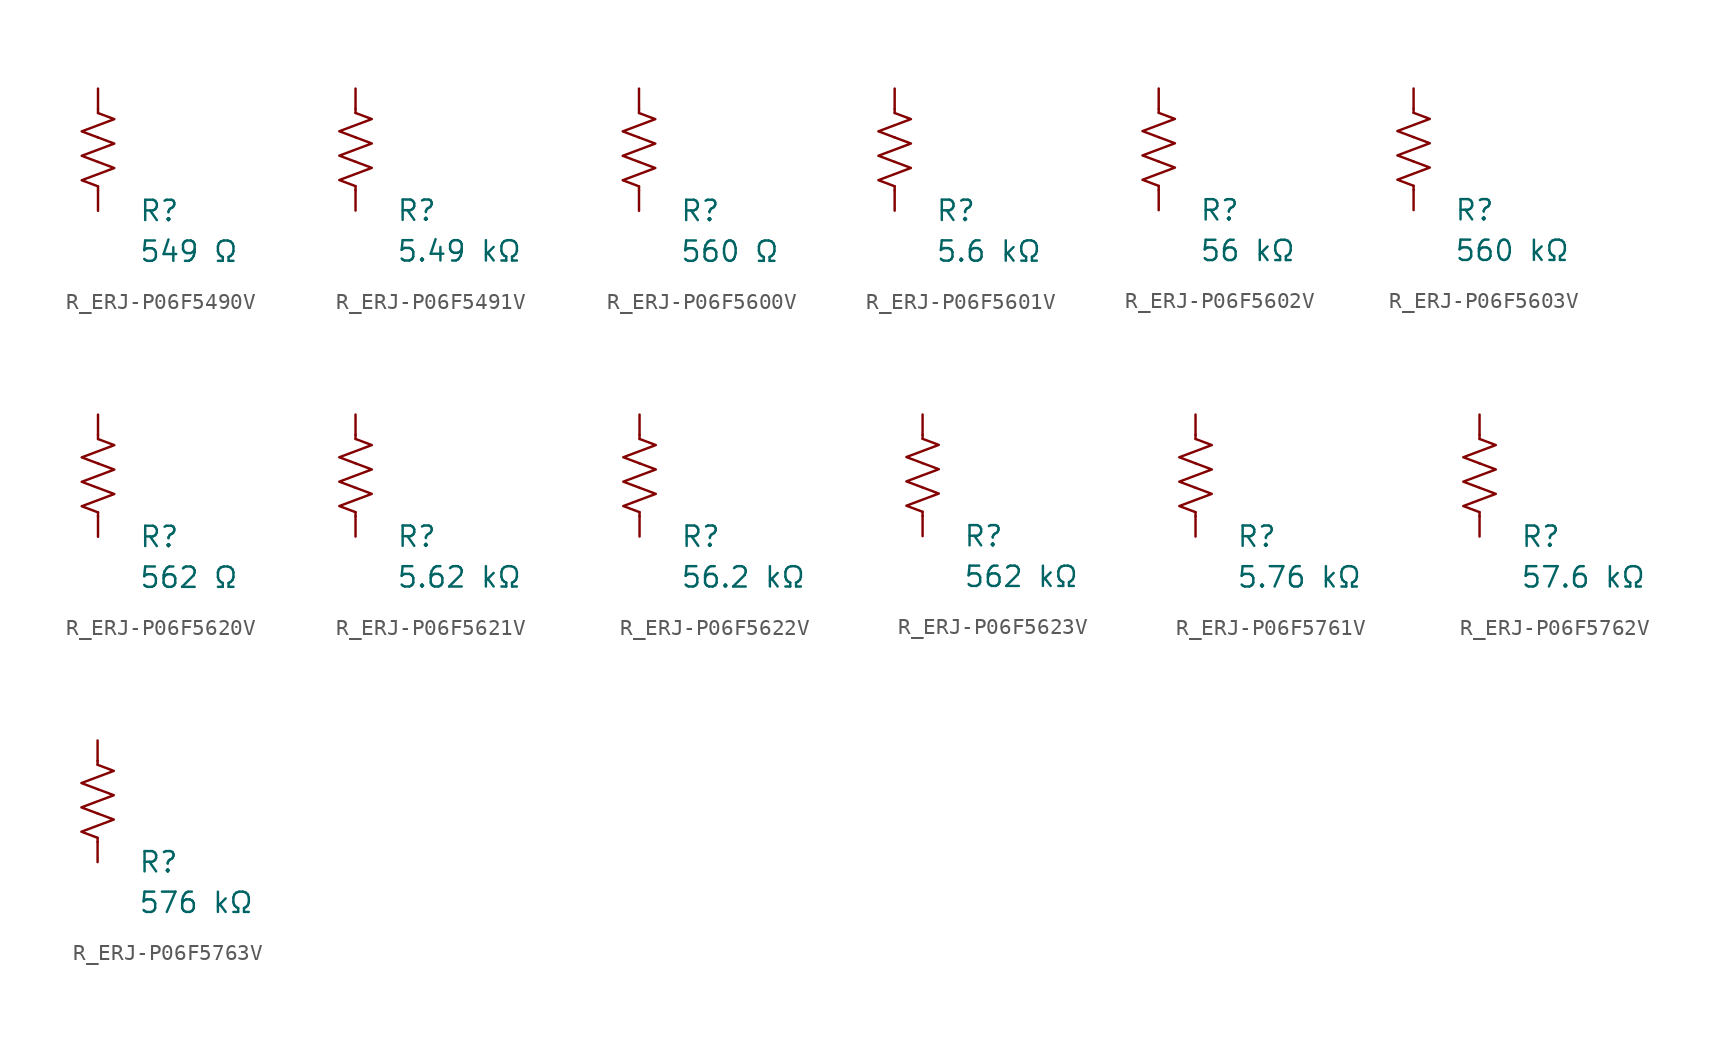
<source format=kicad_sym>
(kicad_symbol_lib
  (version 20231120)
  (generator "kicad_symbol_editor")
  (generator_version "8.0")
  (symbol "R_ERJ-P06F5490V"
    (pin_numbers hide)
    (pin_names
      (offset 0))
    (property "Reference" "R"
      (at 2.54 -3.81 0)
      (effects (font (size 1.27 1.27)) (justify left))
      (show_name no))
    (property "Value" "549 Ω"
      (at 2.54 -6.35 0)
      (effects (font (size 1.27 1.27)) (justify left))
      (show_name no))
    (symbol "R_ERJ-P06F5490V_0_1"
      (polyline (pts (xy 0 -2.286) (xy 0 -2.54)) (stroke (width 0) (type default)) (fill (type none)))
      (polyline (pts (xy 0 2.286) (xy 0 2.54)) (stroke (width 0) (type default)) (fill (type none)))
      (polyline (pts (xy 0 -0.762) (xy 1.016 -1.143) (xy 0 -1.524) (xy -1.016 -1.905) (xy 0 -2.286)) (stroke (width 0) (type default)) (fill (type none)))
      (polyline (pts (xy 0 0.762) (xy 1.016 0.381) (xy 0 0) (xy -1.016 -0.381) (xy 0 -0.762)) (stroke (width 0) (type default)) (fill (type none)))
      (polyline (pts (xy 0 2.286) (xy 1.016 1.905) (xy 0 1.524) (xy -1.016 1.143) (xy 0 0.762)) (stroke (width 0) (type default)) (fill (type none))))
    (symbol "R_ERJ-P06F5490V_1_1"
      (pin passive line (at 0 3.81 270) (length 1.27) (name "~" (effects (font (size 1.27 1.27)))) (number "1" (effects (font (size 1.27 1.27)))))
      (pin passive line (at 0 -3.81 90) (length 1.27) (name "~" (effects (font (size 1.27 1.27)))) (number "2" (effects (font (size 1.27 1.27)))))))
  (symbol "R_ERJ-P06F5491V"
    (pin_numbers hide)
    (pin_names
      (offset 0))
    (property "Reference" "R"
      (at 2.54 -3.81 0)
      (effects (font (size 1.27 1.27)) (justify left))
      (show_name no))
    (property "Value" "5.49 kΩ"
      (at 2.54 -6.35 0)
      (effects (font (size 1.27 1.27)) (justify left))
      (show_name no))
    (symbol "R_ERJ-P06F5491V_0_1"
      (polyline (pts (xy 0 -2.286) (xy 0 -2.54)) (stroke (width 0) (type default)) (fill (type none)))
      (polyline (pts (xy 0 2.286) (xy 0 2.54)) (stroke (width 0) (type default)) (fill (type none)))
      (polyline (pts (xy 0 -0.762) (xy 1.016 -1.143) (xy 0 -1.524) (xy -1.016 -1.905) (xy 0 -2.286)) (stroke (width 0) (type default)) (fill (type none)))
      (polyline (pts (xy 0 0.762) (xy 1.016 0.381) (xy 0 0) (xy -1.016 -0.381) (xy 0 -0.762)) (stroke (width 0) (type default)) (fill (type none)))
      (polyline (pts (xy 0 2.286) (xy 1.016 1.905) (xy 0 1.524) (xy -1.016 1.143) (xy 0 0.762)) (stroke (width 0) (type default)) (fill (type none))))
    (symbol "R_ERJ-P06F5491V_1_1"
      (pin passive line (at 0 3.81 270) (length 1.27) (name "~" (effects (font (size 1.27 1.27)))) (number "1" (effects (font (size 1.27 1.27)))))
      (pin passive line (at 0 -3.81 90) (length 1.27) (name "~" (effects (font (size 1.27 1.27)))) (number "2" (effects (font (size 1.27 1.27)))))))
  (symbol "R_ERJ-P06F5600V"
    (pin_numbers hide)
    (pin_names
      (offset 0))
    (property "Reference" "R"
      (at 2.54 -3.81 0)
      (effects (font (size 1.27 1.27)) (justify left))
      (show_name no))
    (property "Value" "560 Ω"
      (at 2.54 -6.35 0)
      (effects (font (size 1.27 1.27)) (justify left))
      (show_name no))
    (symbol "R_ERJ-P06F5600V_0_1"
      (polyline (pts (xy 0 -2.286) (xy 0 -2.54)) (stroke (width 0) (type default)) (fill (type none)))
      (polyline (pts (xy 0 2.286) (xy 0 2.54)) (stroke (width 0) (type default)) (fill (type none)))
      (polyline (pts (xy 0 -0.762) (xy 1.016 -1.143) (xy 0 -1.524) (xy -1.016 -1.905) (xy 0 -2.286)) (stroke (width 0) (type default)) (fill (type none)))
      (polyline (pts (xy 0 0.762) (xy 1.016 0.381) (xy 0 0) (xy -1.016 -0.381) (xy 0 -0.762)) (stroke (width 0) (type default)) (fill (type none)))
      (polyline (pts (xy 0 2.286) (xy 1.016 1.905) (xy 0 1.524) (xy -1.016 1.143) (xy 0 0.762)) (stroke (width 0) (type default)) (fill (type none))))
    (symbol "R_ERJ-P06F5600V_1_1"
      (pin passive line (at 0 3.81 270) (length 1.27) (name "~" (effects (font (size 1.27 1.27)))) (number "1" (effects (font (size 1.27 1.27)))))
      (pin passive line (at 0 -3.81 90) (length 1.27) (name "~" (effects (font (size 1.27 1.27)))) (number "2" (effects (font (size 1.27 1.27)))))))
  (symbol "R_ERJ-P06F5601V"
    (pin_numbers hide)
    (pin_names
      (offset 0))
    (property "Reference" "R"
      (at 2.54 -3.81 0)
      (effects (font (size 1.27 1.27)) (justify left))
      (show_name no))
    (property "Value" "5.6 kΩ"
      (at 2.54 -6.35 0)
      (effects (font (size 1.27 1.27)) (justify left))
      (show_name no))
    (symbol "R_ERJ-P06F5601V_0_1"
      (polyline (pts (xy 0 -2.286) (xy 0 -2.54)) (stroke (width 0) (type default)) (fill (type none)))
      (polyline (pts (xy 0 2.286) (xy 0 2.54)) (stroke (width 0) (type default)) (fill (type none)))
      (polyline (pts (xy 0 -0.762) (xy 1.016 -1.143) (xy 0 -1.524) (xy -1.016 -1.905) (xy 0 -2.286)) (stroke (width 0) (type default)) (fill (type none)))
      (polyline (pts (xy 0 0.762) (xy 1.016 0.381) (xy 0 0) (xy -1.016 -0.381) (xy 0 -0.762)) (stroke (width 0) (type default)) (fill (type none)))
      (polyline (pts (xy 0 2.286) (xy 1.016 1.905) (xy 0 1.524) (xy -1.016 1.143) (xy 0 0.762)) (stroke (width 0) (type default)) (fill (type none))))
    (symbol "R_ERJ-P06F5601V_1_1"
      (pin passive line (at 0 3.81 270) (length 1.27) (name "~" (effects (font (size 1.27 1.27)))) (number "1" (effects (font (size 1.27 1.27)))))
      (pin passive line (at 0 -3.81 90) (length 1.27) (name "~" (effects (font (size 1.27 1.27)))) (number "2" (effects (font (size 1.27 1.27)))))))
  (symbol "R_ERJ-P06F5602V"
    (pin_numbers hide)
    (pin_names
      (offset 0))
    (property "Reference" "R"
      (at 2.54 -3.81 0)
      (effects (font (size 1.27 1.27)) (justify left))
      (show_name no))
    (property "Value" "56 kΩ"
      (at 2.54 -6.35 0)
      (effects (font (size 1.27 1.27)) (justify left))
      (show_name no))
    (symbol "R_ERJ-P06F5602V_0_1"
      (polyline (pts (xy 0 -2.286) (xy 0 -2.54)) (stroke (width 0) (type default)) (fill (type none)))
      (polyline (pts (xy 0 2.286) (xy 0 2.54)) (stroke (width 0) (type default)) (fill (type none)))
      (polyline (pts (xy 0 -0.762) (xy 1.016 -1.143) (xy 0 -1.524) (xy -1.016 -1.905) (xy 0 -2.286)) (stroke (width 0) (type default)) (fill (type none)))
      (polyline (pts (xy 0 0.762) (xy 1.016 0.381) (xy 0 0) (xy -1.016 -0.381) (xy 0 -0.762)) (stroke (width 0) (type default)) (fill (type none)))
      (polyline (pts (xy 0 2.286) (xy 1.016 1.905) (xy 0 1.524) (xy -1.016 1.143) (xy 0 0.762)) (stroke (width 0) (type default)) (fill (type none))))
    (symbol "R_ERJ-P06F5602V_1_1"
      (pin passive line (at 0 3.81 270) (length 1.27) (name "~" (effects (font (size 1.27 1.27)))) (number "1" (effects (font (size 1.27 1.27)))))
      (pin passive line (at 0 -3.81 90) (length 1.27) (name "~" (effects (font (size 1.27 1.27)))) (number "2" (effects (font (size 1.27 1.27)))))))
  (symbol "R_ERJ-P06F5603V"
    (pin_numbers hide)
    (pin_names
      (offset 0))
    (property "Reference" "R"
      (at 2.54 -3.81 0)
      (effects (font (size 1.27 1.27)) (justify left))
      (show_name no))
    (property "Value" "560 kΩ"
      (at 2.54 -6.35 0)
      (effects (font (size 1.27 1.27)) (justify left))
      (show_name no))
    (symbol "R_ERJ-P06F5603V_0_1"
      (polyline (pts (xy 0 -2.286) (xy 0 -2.54)) (stroke (width 0) (type default)) (fill (type none)))
      (polyline (pts (xy 0 2.286) (xy 0 2.54)) (stroke (width 0) (type default)) (fill (type none)))
      (polyline (pts (xy 0 -0.762) (xy 1.016 -1.143) (xy 0 -1.524) (xy -1.016 -1.905) (xy 0 -2.286)) (stroke (width 0) (type default)) (fill (type none)))
      (polyline (pts (xy 0 0.762) (xy 1.016 0.381) (xy 0 0) (xy -1.016 -0.381) (xy 0 -0.762)) (stroke (width 0) (type default)) (fill (type none)))
      (polyline (pts (xy 0 2.286) (xy 1.016 1.905) (xy 0 1.524) (xy -1.016 1.143) (xy 0 0.762)) (stroke (width 0) (type default)) (fill (type none))))
    (symbol "R_ERJ-P06F5603V_1_1"
      (pin passive line (at 0 3.81 270) (length 1.27) (name "~" (effects (font (size 1.27 1.27)))) (number "1" (effects (font (size 1.27 1.27)))))
      (pin passive line (at 0 -3.81 90) (length 1.27) (name "~" (effects (font (size 1.27 1.27)))) (number "2" (effects (font (size 1.27 1.27)))))))
  (symbol "R_ERJ-P06F5620V"
    (pin_numbers hide)
    (pin_names
      (offset 0))
    (property "Reference" "R"
      (at 2.54 -3.81 0)
      (effects (font (size 1.27 1.27)) (justify left))
      (show_name no))
    (property "Value" "562 Ω"
      (at 2.54 -6.35 0)
      (effects (font (size 1.27 1.27)) (justify left))
      (show_name no))
    (symbol "R_ERJ-P06F5620V_0_1"
      (polyline (pts (xy 0 -2.286) (xy 0 -2.54)) (stroke (width 0) (type default)) (fill (type none)))
      (polyline (pts (xy 0 2.286) (xy 0 2.54)) (stroke (width 0) (type default)) (fill (type none)))
      (polyline (pts (xy 0 -0.762) (xy 1.016 -1.143) (xy 0 -1.524) (xy -1.016 -1.905) (xy 0 -2.286)) (stroke (width 0) (type default)) (fill (type none)))
      (polyline (pts (xy 0 0.762) (xy 1.016 0.381) (xy 0 0) (xy -1.016 -0.381) (xy 0 -0.762)) (stroke (width 0) (type default)) (fill (type none)))
      (polyline (pts (xy 0 2.286) (xy 1.016 1.905) (xy 0 1.524) (xy -1.016 1.143) (xy 0 0.762)) (stroke (width 0) (type default)) (fill (type none))))
    (symbol "R_ERJ-P06F5620V_1_1"
      (pin passive line (at 0 3.81 270) (length 1.27) (name "~" (effects (font (size 1.27 1.27)))) (number "1" (effects (font (size 1.27 1.27)))))
      (pin passive line (at 0 -3.81 90) (length 1.27) (name "~" (effects (font (size 1.27 1.27)))) (number "2" (effects (font (size 1.27 1.27)))))))
  (symbol "R_ERJ-P06F5621V"
    (pin_numbers hide)
    (pin_names
      (offset 0))
    (property "Reference" "R"
      (at 2.54 -3.81 0)
      (effects (font (size 1.27 1.27)) (justify left))
      (show_name no))
    (property "Value" "5.62 kΩ"
      (at 2.54 -6.35 0)
      (effects (font (size 1.27 1.27)) (justify left))
      (show_name no))
    (symbol "R_ERJ-P06F5621V_0_1"
      (polyline (pts (xy 0 -2.286) (xy 0 -2.54)) (stroke (width 0) (type default)) (fill (type none)))
      (polyline (pts (xy 0 2.286) (xy 0 2.54)) (stroke (width 0) (type default)) (fill (type none)))
      (polyline (pts (xy 0 -0.762) (xy 1.016 -1.143) (xy 0 -1.524) (xy -1.016 -1.905) (xy 0 -2.286)) (stroke (width 0) (type default)) (fill (type none)))
      (polyline (pts (xy 0 0.762) (xy 1.016 0.381) (xy 0 0) (xy -1.016 -0.381) (xy 0 -0.762)) (stroke (width 0) (type default)) (fill (type none)))
      (polyline (pts (xy 0 2.286) (xy 1.016 1.905) (xy 0 1.524) (xy -1.016 1.143) (xy 0 0.762)) (stroke (width 0) (type default)) (fill (type none))))
    (symbol "R_ERJ-P06F5621V_1_1"
      (pin passive line (at 0 3.81 270) (length 1.27) (name "~" (effects (font (size 1.27 1.27)))) (number "1" (effects (font (size 1.27 1.27)))))
      (pin passive line (at 0 -3.81 90) (length 1.27) (name "~" (effects (font (size 1.27 1.27)))) (number "2" (effects (font (size 1.27 1.27)))))))
  (symbol "R_ERJ-P06F5622V"
    (pin_numbers hide)
    (pin_names
      (offset 0))
    (property "Reference" "R"
      (at 2.54 -3.81 0)
      (effects (font (size 1.27 1.27)) (justify left))
      (show_name no))
    (property "Value" "56.2 kΩ"
      (at 2.54 -6.35 0)
      (effects (font (size 1.27 1.27)) (justify left))
      (show_name no))
    (symbol "R_ERJ-P06F5622V_0_1"
      (polyline (pts (xy 0 -2.286) (xy 0 -2.54)) (stroke (width 0) (type default)) (fill (type none)))
      (polyline (pts (xy 0 2.286) (xy 0 2.54)) (stroke (width 0) (type default)) (fill (type none)))
      (polyline (pts (xy 0 -0.762) (xy 1.016 -1.143) (xy 0 -1.524) (xy -1.016 -1.905) (xy 0 -2.286)) (stroke (width 0) (type default)) (fill (type none)))
      (polyline (pts (xy 0 0.762) (xy 1.016 0.381) (xy 0 0) (xy -1.016 -0.381) (xy 0 -0.762)) (stroke (width 0) (type default)) (fill (type none)))
      (polyline (pts (xy 0 2.286) (xy 1.016 1.905) (xy 0 1.524) (xy -1.016 1.143) (xy 0 0.762)) (stroke (width 0) (type default)) (fill (type none))))
    (symbol "R_ERJ-P06F5622V_1_1"
      (pin passive line (at 0 3.81 270) (length 1.27) (name "~" (effects (font (size 1.27 1.27)))) (number "1" (effects (font (size 1.27 1.27)))))
      (pin passive line (at 0 -3.81 90) (length 1.27) (name "~" (effects (font (size 1.27 1.27)))) (number "2" (effects (font (size 1.27 1.27)))))))
  (symbol "R_ERJ-P06F5623V"
    (pin_numbers hide)
    (pin_names
      (offset 0))
    (property "Reference" "R"
      (at 2.54 -3.81 0)
      (effects (font (size 1.27 1.27)) (justify left))
      (show_name no))
    (property "Value" "562 kΩ"
      (at 2.54 -6.35 0)
      (effects (font (size 1.27 1.27)) (justify left))
      (show_name no))
    (symbol "R_ERJ-P06F5623V_0_1"
      (polyline (pts (xy 0 -2.286) (xy 0 -2.54)) (stroke (width 0) (type default)) (fill (type none)))
      (polyline (pts (xy 0 2.286) (xy 0 2.54)) (stroke (width 0) (type default)) (fill (type none)))
      (polyline (pts (xy 0 -0.762) (xy 1.016 -1.143) (xy 0 -1.524) (xy -1.016 -1.905) (xy 0 -2.286)) (stroke (width 0) (type default)) (fill (type none)))
      (polyline (pts (xy 0 0.762) (xy 1.016 0.381) (xy 0 0) (xy -1.016 -0.381) (xy 0 -0.762)) (stroke (width 0) (type default)) (fill (type none)))
      (polyline (pts (xy 0 2.286) (xy 1.016 1.905) (xy 0 1.524) (xy -1.016 1.143) (xy 0 0.762)) (stroke (width 0) (type default)) (fill (type none))))
    (symbol "R_ERJ-P06F5623V_1_1"
      (pin passive line (at 0 3.81 270) (length 1.27) (name "~" (effects (font (size 1.27 1.27)))) (number "1" (effects (font (size 1.27 1.27)))))
      (pin passive line (at 0 -3.81 90) (length 1.27) (name "~" (effects (font (size 1.27 1.27)))) (number "2" (effects (font (size 1.27 1.27)))))))
  (symbol "R_ERJ-P06F5761V"
    (pin_numbers hide)
    (pin_names
      (offset 0))
    (property "Reference" "R"
      (at 2.54 -3.81 0)
      (effects (font (size 1.27 1.27)) (justify left))
      (show_name no))
    (property "Value" "5.76 kΩ"
      (at 2.54 -6.35 0)
      (effects (font (size 1.27 1.27)) (justify left))
      (show_name no))
    (symbol "R_ERJ-P06F5761V_0_1"
      (polyline (pts (xy 0 -2.286) (xy 0 -2.54)) (stroke (width 0) (type default)) (fill (type none)))
      (polyline (pts (xy 0 2.286) (xy 0 2.54)) (stroke (width 0) (type default)) (fill (type none)))
      (polyline (pts (xy 0 -0.762) (xy 1.016 -1.143) (xy 0 -1.524) (xy -1.016 -1.905) (xy 0 -2.286)) (stroke (width 0) (type default)) (fill (type none)))
      (polyline (pts (xy 0 0.762) (xy 1.016 0.381) (xy 0 0) (xy -1.016 -0.381) (xy 0 -0.762)) (stroke (width 0) (type default)) (fill (type none)))
      (polyline (pts (xy 0 2.286) (xy 1.016 1.905) (xy 0 1.524) (xy -1.016 1.143) (xy 0 0.762)) (stroke (width 0) (type default)) (fill (type none))))
    (symbol "R_ERJ-P06F5761V_1_1"
      (pin passive line (at 0 3.81 270) (length 1.27) (name "~" (effects (font (size 1.27 1.27)))) (number "1" (effects (font (size 1.27 1.27)))))
      (pin passive line (at 0 -3.81 90) (length 1.27) (name "~" (effects (font (size 1.27 1.27)))) (number "2" (effects (font (size 1.27 1.27)))))))
  (symbol "R_ERJ-P06F5762V"
    (pin_numbers hide)
    (pin_names
      (offset 0))
    (property "Reference" "R"
      (at 2.54 -3.81 0)
      (effects (font (size 1.27 1.27)) (justify left))
      (show_name no))
    (property "Value" "57.6 kΩ"
      (at 2.54 -6.35 0)
      (effects (font (size 1.27 1.27)) (justify left))
      (show_name no))
    (symbol "R_ERJ-P06F5762V_0_1"
      (polyline (pts (xy 0 -2.286) (xy 0 -2.54)) (stroke (width 0) (type default)) (fill (type none)))
      (polyline (pts (xy 0 2.286) (xy 0 2.54)) (stroke (width 0) (type default)) (fill (type none)))
      (polyline (pts (xy 0 -0.762) (xy 1.016 -1.143) (xy 0 -1.524) (xy -1.016 -1.905) (xy 0 -2.286)) (stroke (width 0) (type default)) (fill (type none)))
      (polyline (pts (xy 0 0.762) (xy 1.016 0.381) (xy 0 0) (xy -1.016 -0.381) (xy 0 -0.762)) (stroke (width 0) (type default)) (fill (type none)))
      (polyline (pts (xy 0 2.286) (xy 1.016 1.905) (xy 0 1.524) (xy -1.016 1.143) (xy 0 0.762)) (stroke (width 0) (type default)) (fill (type none))))
    (symbol "R_ERJ-P06F5762V_1_1"
      (pin passive line (at 0 3.81 270) (length 1.27) (name "~" (effects (font (size 1.27 1.27)))) (number "1" (effects (font (size 1.27 1.27)))))
      (pin passive line (at 0 -3.81 90) (length 1.27) (name "~" (effects (font (size 1.27 1.27)))) (number "2" (effects (font (size 1.27 1.27)))))))
  (symbol "R_ERJ-P06F5763V"
    (pin_numbers hide)
    (pin_names
      (offset 0))
    (property "Reference" "R"
      (at 2.54 -3.81 0)
      (effects (font (size 1.27 1.27)) (justify left))
      (show_name no))
    (property "Value" "576 kΩ"
      (at 2.54 -6.35 0)
      (effects (font (size 1.27 1.27)) (justify left))
      (show_name no))
    (symbol "R_ERJ-P06F5763V_0_1"
      (polyline (pts (xy 0 -2.286) (xy 0 -2.54)) (stroke (width 0) (type default)) (fill (type none)))
      (polyline (pts (xy 0 2.286) (xy 0 2.54)) (stroke (width 0) (type default)) (fill (type none)))
      (polyline (pts (xy 0 -0.762) (xy 1.016 -1.143) (xy 0 -1.524) (xy -1.016 -1.905) (xy 0 -2.286)) (stroke (width 0) (type default)) (fill (type none)))
      (polyline (pts (xy 0 0.762) (xy 1.016 0.381) (xy 0 0) (xy -1.016 -0.381) (xy 0 -0.762)) (stroke (width 0) (type default)) (fill (type none)))
      (polyline (pts (xy 0 2.286) (xy 1.016 1.905) (xy 0 1.524) (xy -1.016 1.143) (xy 0 0.762)) (stroke (width 0) (type default)) (fill (type none))))
    (symbol "R_ERJ-P06F5763V_1_1"
      (pin passive line (at 0 3.81 270) (length 1.27) (name "~" (effects (font (size 1.27 1.27)))) (number "1" (effects (font (size 1.27 1.27)))))
      (pin passive line (at 0 -3.81 90) (length 1.27) (name "~" (effects (font (size 1.27 1.27)))) (number "2" (effects (font (size 1.27 1.27))))))))
</source>
